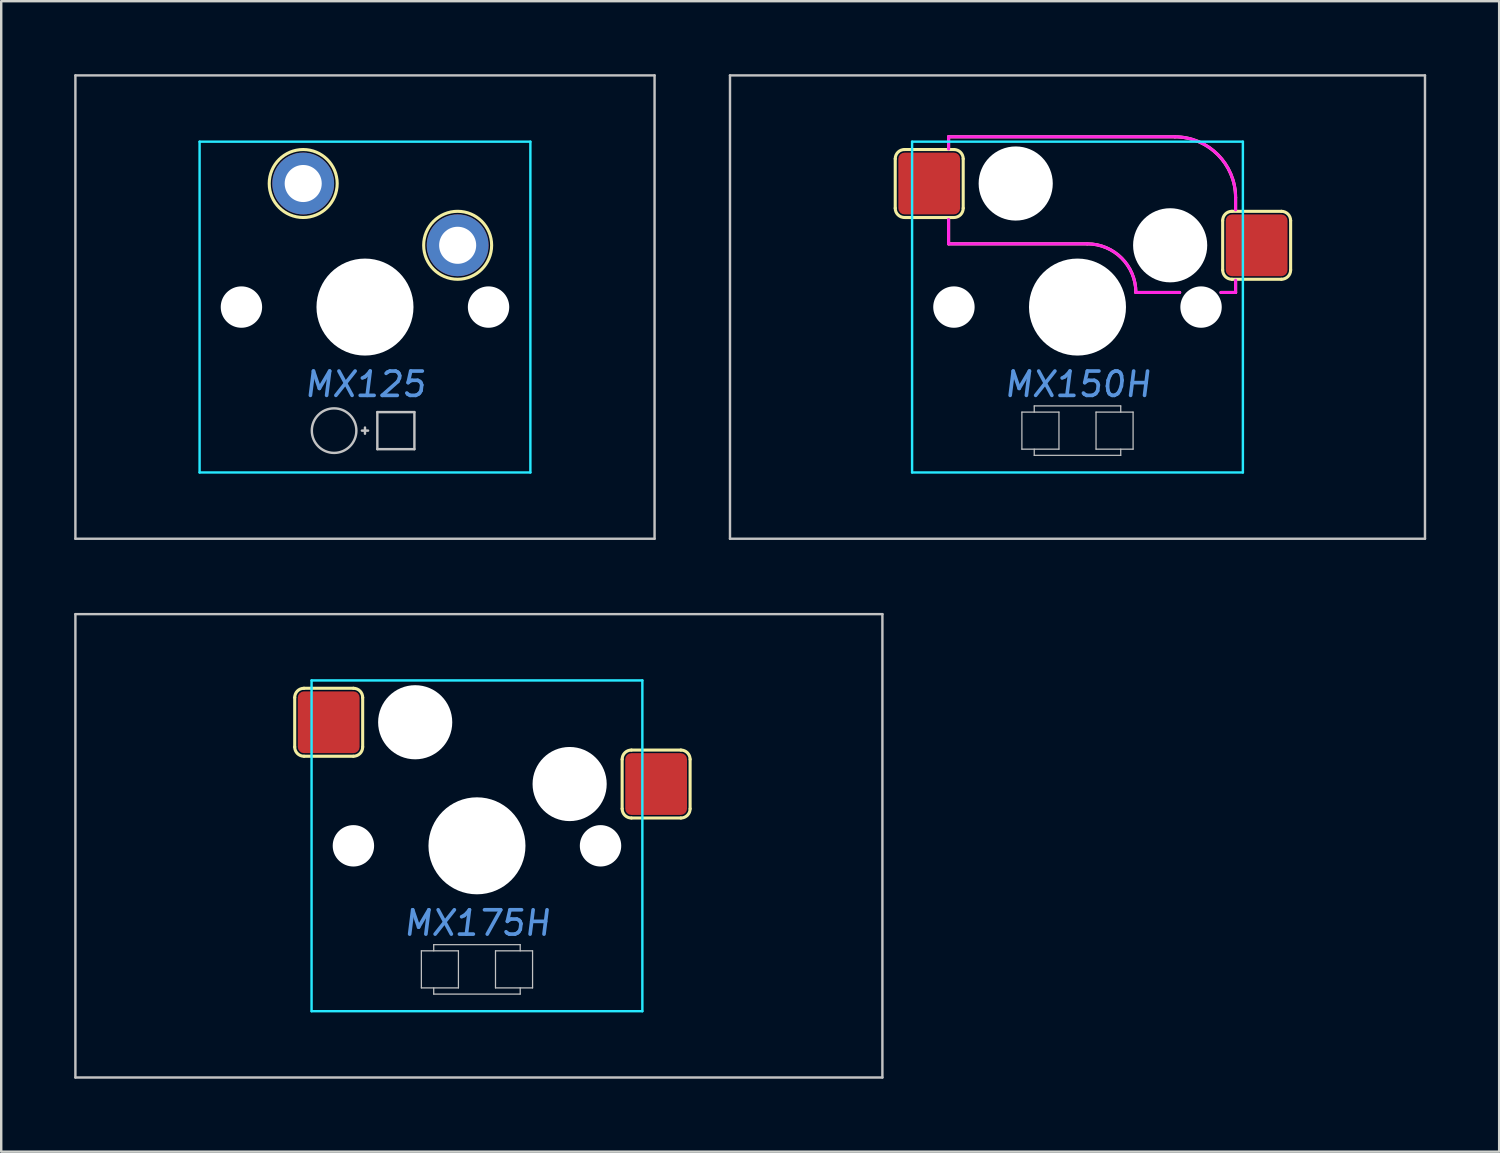
<source format=kicad_pcb>
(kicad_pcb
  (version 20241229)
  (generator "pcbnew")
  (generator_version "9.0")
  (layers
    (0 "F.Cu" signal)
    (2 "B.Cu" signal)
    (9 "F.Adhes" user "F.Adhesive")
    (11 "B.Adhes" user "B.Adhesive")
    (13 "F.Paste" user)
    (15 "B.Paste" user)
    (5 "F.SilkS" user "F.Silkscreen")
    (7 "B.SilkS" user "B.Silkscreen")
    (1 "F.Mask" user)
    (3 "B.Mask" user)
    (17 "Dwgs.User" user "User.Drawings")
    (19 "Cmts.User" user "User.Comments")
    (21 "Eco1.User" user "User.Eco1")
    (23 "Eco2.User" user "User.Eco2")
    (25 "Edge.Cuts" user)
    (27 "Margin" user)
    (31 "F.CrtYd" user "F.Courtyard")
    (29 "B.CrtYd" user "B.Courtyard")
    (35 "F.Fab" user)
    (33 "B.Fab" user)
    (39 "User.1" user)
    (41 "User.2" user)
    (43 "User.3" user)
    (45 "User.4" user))
  (footprint "MX175H"
    (layer "F.Cu")
    (at 16.56 31.725)
    (property "Reference" "MX175H" (at 0 3.175 0) (layer "Cmts.User") (effects (font (size 1 1) (thickness 0.15) (italic yes))))
    (attr through_hole)
    (fp_line (start -7.493 -4.064) (end -7.493 -6.096) (stroke (width 0.127) (type solid)) (layer "F.SilkS"))
    (fp_line (start -7.112 -6.477) (end -5.08 -6.477) (stroke (width 0.127) (type solid)) (layer "F.SilkS"))
    (fp_line (start -5.08 -3.683) (end -7.112 -3.683) (stroke (width 0.127) (type solid)) (layer "F.SilkS"))
    (fp_line (start -4.699 -6.096) (end -4.699 -4.064) (stroke (width 0.127) (type solid)) (layer "F.SilkS"))
    (fp_line (start 5.969 -1.524) (end 5.969 -3.556) (stroke (width 0.127) (type solid)) (layer "F.SilkS"))
    (fp_line (start 6.35 -3.937) (end 8.382 -3.937) (stroke (width 0.127) (type solid)) (layer "F.SilkS"))
    (fp_line (start 8.382 -1.143) (end 6.35 -1.143) (stroke (width 0.127) (type solid)) (layer "F.SilkS"))
    (fp_line (start 8.763 -3.556) (end 8.763 -1.524) (stroke (width 0.127) (type solid)) (layer "F.SilkS"))
    (fp_arc (start -7.493 -6.096) (mid -7.381408 -6.365408) (end -7.112 -6.477) (stroke (width 0.127) (type solid)) (layer "F.SilkS"))
    (fp_arc (start -7.112 -3.683) (mid -7.381408 -3.794592) (end -7.493 -4.064) (stroke (width 0.127) (type solid)) (layer "F.SilkS"))
    (fp_arc (start -5.08 -6.477) (mid -4.810592 -6.365408) (end -4.699 -6.096) (stroke (width 0.127) (type solid)) (layer "F.SilkS"))
    (fp_arc (start -4.699 -4.064) (mid -4.810592 -3.794592) (end -5.08 -3.683) (stroke (width 0.127) (type solid)) (layer "F.SilkS"))
    (fp_arc (start 5.969 -3.556) (mid 6.080592 -3.825408) (end 6.35 -3.937) (stroke (width 0.127) (type solid)) (layer "F.SilkS"))
    (fp_arc (start 6.35 -1.143) (mid 6.080592 -1.254592) (end 5.969 -1.524) (stroke (width 0.127) (type solid)) (layer "F.SilkS"))
    (fp_arc (start 8.382 -3.937) (mid 8.651408 -3.825408) (end 8.763 -3.556) (stroke (width 0.127) (type solid)) (layer "F.SilkS"))
    (fp_arc (start 8.763 -1.524) (mid 8.651408 -1.254592) (end 8.382 -1.143) (stroke (width 0.127) (type solid)) (layer "F.SilkS"))
    (fp_line (start -16.51 -9.525) (end -16.51 9.525) (stroke (width 0.1) (type solid)) (layer "Dwgs.User"))
    (fp_line (start -16.51 -9.525) (end 16.669 -9.525) (stroke (width 0.1) (type solid)) (layer "Dwgs.User"))
    (fp_line (start -16.51 9.525) (end 16.669 9.525) (stroke (width 0.1) (type solid)) (layer "Dwgs.User"))
    (fp_line (start -2.286 4.318) (end -0.762 4.318) (stroke (width 0.051) (type solid)) (layer "Dwgs.User"))
    (fp_line (start -2.286 5.842) (end -2.286 4.318) (stroke (width 0.051) (type solid)) (layer "Dwgs.User"))
    (fp_line (start -1.778 4.064) (end 1.778 4.064) (stroke (width 0.051) (type solid)) (layer "Dwgs.User"))
    (fp_line (start -1.778 4.318) (end -1.778 4.064) (stroke (width 0.051) (type solid)) (layer "Dwgs.User"))
    (fp_line (start -1.778 6.096) (end -1.778 5.842) (stroke (width 0.051) (type solid)) (layer "Dwgs.User"))
    (fp_line (start -0.762 4.318) (end -0.762 5.842) (stroke (width 0.051) (type solid)) (layer "Dwgs.User"))
    (fp_line (start -0.762 5.842) (end -2.286 5.842) (stroke (width 0.051) (type solid)) (layer "Dwgs.User"))
    (fp_line (start 0.762 4.318) (end 2.286 4.318) (stroke (width 0.051) (type solid)) (layer "Dwgs.User"))
    (fp_line (start 0.762 5.842) (end 0.762 4.318) (stroke (width 0.051) (type solid)) (layer "Dwgs.User"))
    (fp_line (start 1.778 4.064) (end 1.778 4.318) (stroke (width 0.051) (type solid)) (layer "Dwgs.User"))
    (fp_line (start 1.778 5.842) (end 1.778 6.096) (stroke (width 0.051) (type solid)) (layer "Dwgs.User"))
    (fp_line (start 1.778 6.096) (end -1.778 6.096) (stroke (width 0.051) (type solid)) (layer "Dwgs.User"))
    (fp_line (start 2.286 4.318) (end 2.286 5.842) (stroke (width 0.051) (type solid)) (layer "Dwgs.User"))
    (fp_line (start 2.286 5.842) (end 0.762 5.842) (stroke (width 0.051) (type solid)) (layer "Dwgs.User"))
    (fp_line (start 16.669 -9.525) (end 16.669 9.525) (stroke (width 0.1) (type solid)) (layer "Dwgs.User"))
    (fp_line (start -6.8 -6.8) (end 6.8 -6.8) (stroke (width 0.1) (type solid)) (layer "B.CrtYd"))
    (fp_line (start -6.8 6.8) (end -6.8 -6.8) (stroke (width 0.1) (type solid)) (layer "B.CrtYd"))
    (fp_line (start 6.8 6.8) (end -6.8 6.8) (stroke (width 0.1) (type solid)) (layer "B.CrtYd"))
    (fp_line (start 6.8 6.8) (end 6.8 -6.8) (stroke (width 0.1) (type solid)) (layer "B.CrtYd"))
    (pad "" np_thru_hole circle (at -5.08 0) (size 1.702 1.702) (drill 1.702) (layers "*.Cu" "*.Mask"))
    (pad "" np_thru_hole circle (at -2.54 -5.08) (size 3.048 3.048) (drill 3.048) (layers "*.Cu" "*.Mask"))
    (pad "" np_thru_hole circle (at 0 0) (size 3.988 3.988) (drill 3.988) (layers "*.Cu" "*.Mask"))
    (pad "" np_thru_hole circle (at 3.81 -2.54) (size 3.048 3.048) (drill 3.048) (layers "*.Cu" "*.Mask"))
    (pad "" np_thru_hole circle (at 5.08 0) (size 1.702 1.702) (drill 1.702) (layers "*.Cu" "*.Mask"))
    (pad "1" smd roundrect (at -6.096 -5.08) (size 2.54 2.54) (layers "F.Cu" "F.Mask" "F.Paste") (roundrect_rratio 0.1))
    (pad "2" smd roundrect (at 7.366 -2.54) (size 2.54 2.54) (layers "F.Cu" "F.Mask" "F.Paste") (roundrect_rratio 0.1)))
  (footprint "MX125"
    (layer "F.Cu")
    (at 11.956 9.575)
    (property "Reference" "MX125" (at 0 3.175 0) (layer "Cmts.User") (effects (font (size 1 1) (thickness 0.15) (italic yes))))
    (attr through_hole)
    (fp_circle (center -2.54 -5.08) (end -1.143 -5.08) (stroke (width 0.127) (type solid)) (fill no) (layer "F.SilkS"))
    (fp_circle (center 3.81 -2.54) (end 5.207 -2.54) (stroke (width 0.127) (type solid)) (fill no) (layer "F.SilkS"))
    (fp_line (start -11.906 -9.525) (end -11.906 9.525) (stroke (width 0.1) (type solid)) (layer "Dwgs.User"))
    (fp_line (start -11.906 -9.525) (end 11.906 -9.525) (stroke (width 0.1) (type solid)) (layer "Dwgs.User"))
    (fp_line (start -11.906 9.525) (end 11.906 9.525) (stroke (width 0.1) (type solid)) (layer "Dwgs.User"))
    (fp_line (start -0.127 5.08) (end 0.127 5.08) (stroke (width 0.1) (type solid)) (layer "Dwgs.User"))
    (fp_line (start 0 4.953) (end 0 5.207) (stroke (width 0.1) (type solid)) (layer "Dwgs.User"))
    (fp_line (start 0.508 4.318) (end 2.032 4.318) (stroke (width 0.1) (type solid)) (layer "Dwgs.User"))
    (fp_line (start 0.508 5.842) (end 0.508 4.318) (stroke (width 0.1) (type solid)) (layer "Dwgs.User"))
    (fp_line (start 2.032 4.318) (end 2.032 5.842) (stroke (width 0.1) (type solid)) (layer "Dwgs.User"))
    (fp_line (start 2.032 5.842) (end 0.508 5.842) (stroke (width 0.1) (type solid)) (layer "Dwgs.User"))
    (fp_line (start 11.906 -9.525) (end 11.906 9.525) (stroke (width 0.1) (type solid)) (layer "Dwgs.User"))
    (fp_circle (center -1.27 5.08) (end -0.354 5.08) (stroke (width 0.1) (type solid)) (fill no) (layer "Dwgs.User"))
    (fp_line (start -6.8 -6.8) (end -6.8 6.8) (stroke (width 0.1) (type solid)) (layer "B.CrtYd"))
    (fp_line (start -6.8 -6.8) (end 6.8 -6.8) (stroke (width 0.1) (type solid)) (layer "B.CrtYd"))
    (fp_line (start -6.8 6.8) (end 6.8 6.8) (stroke (width 0.1) (type solid)) (layer "B.CrtYd"))
    (fp_line (start 6.8 6.8) (end 6.8 -6.8) (stroke (width 0.1) (type solid)) (layer "B.CrtYd"))
    (pad "" np_thru_hole circle (at -5.08 0) (size 1.702 1.702) (drill 1.702) (layers "*.Cu" "*.Mask"))
    (pad "" np_thru_hole circle (at 0 0) (size 3.988 3.988) (drill 3.988) (layers "*.Cu" "*.Mask"))
    (pad "" np_thru_hole circle (at 5.08 0) (size 1.702 1.702) (drill 1.702) (layers "*.Cu" "*.Mask"))
    (pad "1" thru_hole circle (at -2.54 -5.08) (size 2.54 2.54) (drill 1.524) (layers "*.Cu" "*.Mask"))
    (pad "2" thru_hole circle (at 3.81 -2.54) (size 2.54 2.54) (drill 1.524) (layers "*.Cu" "*.Mask")))
  (footprint "MX150H"
    (layer "F.Cu")
    (at 41.25 9.575)
    (property "Reference" "MX150H" (at 0 3.175 0) (layer "Cmts.User") (effects (font (size 1 1) (thickness 0.15) (italic yes))))
    (attr through_hole)
    (fp_line (start -7.493 -6.096) (end -7.493 -4.064) (stroke (width 0.127) (type solid)) (layer "F.SilkS"))
    (fp_line (start -5.3 -7) (end -5.3 -6.5) (stroke (width 0.127) (type solid)) (layer "F.SilkS"))
    (fp_line (start -5.3 -7) (end 4 -7) (stroke (width 0.127) (type solid)) (layer "F.SilkS"))
    (fp_line (start -5.3 -2.6) (end -5.3 -3.6) (stroke (width 0.127) (type solid)) (layer "F.SilkS"))
    (fp_line (start -5.08 -6.477) (end -7.112 -6.477) (stroke (width 0.127) (type solid)) (layer "F.SilkS"))
    (fp_line (start -5.08 -3.683) (end -7.112 -3.683) (stroke (width 0.127) (type solid)) (layer "F.SilkS"))
    (fp_line (start -4.699 -6.096) (end -4.699 -4.064) (stroke (width 0.127) (type solid)) (layer "F.SilkS"))
    (fp_line (start 0.4 -2.6) (end -5.3 -2.6) (stroke (width 0.127) (type solid)) (layer "F.SilkS"))
    (fp_line (start 4.2 -0.6) (end 2.4 -0.6) (stroke (width 0.127) (type solid)) (layer "F.SilkS"))
    (fp_line (start 5.969 -3.556) (end 5.969 -1.524) (stroke (width 0.127) (type solid)) (layer "F.SilkS"))
    (fp_line (start 6.5 -4.5) (end 6.5 -4) (stroke (width 0.127) (type solid)) (layer "F.SilkS"))
    (fp_line (start 6.5 -1.1) (end 6.5 -0.6) (stroke (width 0.127) (type solid)) (layer "F.SilkS"))
    (fp_line (start 6.5 -0.6) (end 5.9 -0.6) (stroke (width 0.127) (type solid)) (layer "F.SilkS"))
    (fp_line (start 8.382 -3.937) (end 6.35 -3.937) (stroke (width 0.127) (type solid)) (layer "F.SilkS"))
    (fp_line (start 8.382 -1.143) (end 6.35 -1.143) (stroke (width 0.127) (type solid)) (layer "F.SilkS"))
    (fp_line (start 8.763 -3.556) (end 8.763 -1.524) (stroke (width 0.127) (type solid)) (layer "F.SilkS"))
    (fp_arc (start -7.493 -6.096) (mid -7.381408 -6.365408) (end -7.112 -6.477) (stroke (width 0.127) (type solid)) (layer "F.SilkS"))
    (fp_arc (start -7.112 -3.683) (mid -7.381408 -3.794592) (end -7.493 -4.064) (stroke (width 0.127) (type solid)) (layer "F.SilkS"))
    (fp_arc (start -5.08 -6.477) (mid -4.810592 -6.365408) (end -4.699 -6.096) (stroke (width 0.127) (type solid)) (layer "F.SilkS"))
    (fp_arc (start -4.699 -4.064) (mid -4.810592 -3.794592) (end -5.08 -3.683) (stroke (width 0.127) (type solid)) (layer "F.SilkS"))
    (fp_arc (start 0.4 -2.6) (mid 1.814214 -2.014214) (end 2.4 -0.6) (stroke (width 0.127) (type solid)) (layer "F.SilkS"))
    (fp_arc (start 4 -7) (mid 5.767767 -6.267767) (end 6.5 -4.5) (stroke (width 0.127) (type solid)) (layer "F.SilkS"))
    (fp_arc (start 5.969 -3.556) (mid 6.080592 -3.825408) (end 6.35 -3.937) (stroke (width 0.127) (type solid)) (layer "F.SilkS"))
    (fp_arc (start 6.35 -1.143) (mid 6.080592 -1.254592) (end 5.969 -1.524) (stroke (width 0.127) (type solid)) (layer "F.SilkS"))
    (fp_arc (start 8.382 -3.937) (mid 8.651408 -3.825408) (end 8.763 -3.556) (stroke (width 0.127) (type solid)) (layer "F.SilkS"))
    (fp_arc (start 8.763 -1.524) (mid 8.651408 -1.254592) (end 8.382 -1.143) (stroke (width 0.127) (type solid)) (layer "F.SilkS"))
    (fp_line (start -14.287 -9.525) (end -14.287 9.525) (stroke (width 0.1) (type solid)) (layer "Dwgs.User"))
    (fp_line (start -14.287 -9.525) (end 14.287 -9.525) (stroke (width 0.1) (type solid)) (layer "Dwgs.User"))
    (fp_line (start -14.287 9.525) (end 14.287 9.525) (stroke (width 0.1) (type solid)) (layer "Dwgs.User"))
    (fp_line (start -2.286 4.318) (end -2.286 5.842) (stroke (width 0.051) (type solid)) (layer "Dwgs.User"))
    (fp_line (start -2.286 5.842) (end -0.762 5.842) (stroke (width 0.051) (type solid)) (layer "Dwgs.User"))
    (fp_line (start -1.778 4.064) (end -1.778 4.318) (stroke (width 0.051) (type solid)) (layer "Dwgs.User"))
    (fp_line (start -1.778 6.096) (end -1.778 5.842) (stroke (width 0.051) (type solid)) (layer "Dwgs.User"))
    (fp_line (start -1.778 6.096) (end 1.778 6.096) (stroke (width 0.051) (type solid)) (layer "Dwgs.User"))
    (fp_line (start -0.762 4.318) (end -2.286 4.318) (stroke (width 0.051) (type solid)) (layer "Dwgs.User"))
    (fp_line (start -0.762 5.842) (end -0.762 4.318) (stroke (width 0.051) (type solid)) (layer "Dwgs.User"))
    (fp_line (start 0.762 4.318) (end 2.286 4.318) (stroke (width 0.051) (type solid)) (layer "Dwgs.User"))
    (fp_line (start 0.762 5.842) (end 0.762 4.318) (stroke (width 0.051) (type solid)) (layer "Dwgs.User"))
    (fp_line (start 1.778 4.064) (end -1.778 4.064) (stroke (width 0.051) (type solid)) (layer "Dwgs.User"))
    (fp_line (start 1.778 4.318) (end 1.778 4.064) (stroke (width 0.051) (type solid)) (layer "Dwgs.User"))
    (fp_line (start 1.778 6.096) (end 1.778 5.842) (stroke (width 0.051) (type solid)) (layer "Dwgs.User"))
    (fp_line (start 2.286 4.318) (end 2.286 5.842) (stroke (width 0.051) (type solid)) (layer "Dwgs.User"))
    (fp_line (start 2.286 5.842) (end 0.762 5.842) (stroke (width 0.051) (type solid)) (layer "Dwgs.User"))
    (fp_line (start 14.287 9.525) (end 14.287 -9.525) (stroke (width 0.1) (type solid)) (layer "Dwgs.User"))
    (fp_line (start -6.8 -6.8) (end -6.8 6.8) (stroke (width 0.1) (type solid)) (layer "B.CrtYd"))
    (fp_line (start -6.8 -6.8) (end 6.8 -6.8) (stroke (width 0.1) (type solid)) (layer "B.CrtYd"))
    (fp_line (start 6.8 6.8) (end -6.8 6.8) (stroke (width 0.1) (type solid)) (layer "B.CrtYd"))
    (fp_line (start 6.8 6.8) (end 6.8 -6.8) (stroke (width 0.1) (type solid)) (layer "B.CrtYd"))
    (fp_line (start -5.3 -7) (end -5.3 -6.5) (stroke (width 0.127) (type solid)) (layer "F.CrtYd"))
    (fp_line (start -5.3 -7) (end 4 -7) (stroke (width 0.127) (type solid)) (layer "F.CrtYd"))
    (fp_line (start -5.3 -2.6) (end -5.3 -3.6) (stroke (width 0.127) (type solid)) (layer "F.CrtYd"))
    (fp_line (start 0.4 -2.6) (end -5.3 -2.6) (stroke (width 0.127) (type solid)) (layer "F.CrtYd"))
    (fp_line (start 4.2 -0.6) (end 2.4 -0.6) (stroke (width 0.127) (type solid)) (layer "F.CrtYd"))
    (fp_line (start 6.5 -4.5) (end 6.5 -4) (stroke (width 0.127) (type solid)) (layer "F.CrtYd"))
    (fp_line (start 6.5 -1.1) (end 6.5 -0.6) (stroke (width 0.127) (type solid)) (layer "F.CrtYd"))
    (fp_line (start 6.5 -0.6) (end 5.9 -0.6) (stroke (width 0.127) (type solid)) (layer "F.CrtYd"))
    (fp_arc (start 0.4 -2.6) (mid 1.814214 -2.014214) (end 2.4 -0.6) (stroke (width 0.127) (type solid)) (layer "F.CrtYd"))
    (fp_arc (start 4 -7) (mid 5.767767 -6.267767) (end 6.5 -4.5) (stroke (width 0.127) (type solid)) (layer "F.CrtYd"))
    (pad "" np_thru_hole circle (at -5.08 0) (size 1.702 1.702) (drill 1.702) (layers "*.Cu" "*.Mask"))
    (pad "" np_thru_hole circle (at -2.54 -5.08) (size 3.048 3.048) (drill 3.048) (layers "*.Cu" "*.Mask"))
    (pad "" np_thru_hole circle (at 0 0) (size 3.988 3.988) (drill 3.988) (layers "*.Cu" "*.Mask"))
    (pad "" np_thru_hole circle (at 3.81 -2.54 90) (size 3.048 3.048) (drill 3.048) (layers "*.Cu" "*.Mask"))
    (pad "" np_thru_hole circle (at 5.08 0) (size 1.702 1.702) (drill 1.702) (layers "*.Cu" "*.Mask"))
    (pad "1" smd roundrect (at -6.096 -5.08) (size 2.54 2.54) (layers "F.Cu" "F.Mask") (roundrect_rratio 0.1))
    (pad "2" smd roundrect (at 7.366 -2.54) (size 2.54 2.54) (layers "F.Cu" "F.Mask") (roundrect_rratio 0.1)))
  (gr_rect
    (start -3 -3)
    (end 58.587 44.3)
    (stroke (width 0.1) (type default))
    (fill no)
    (layer "Edge.Cuts")))
</source>
